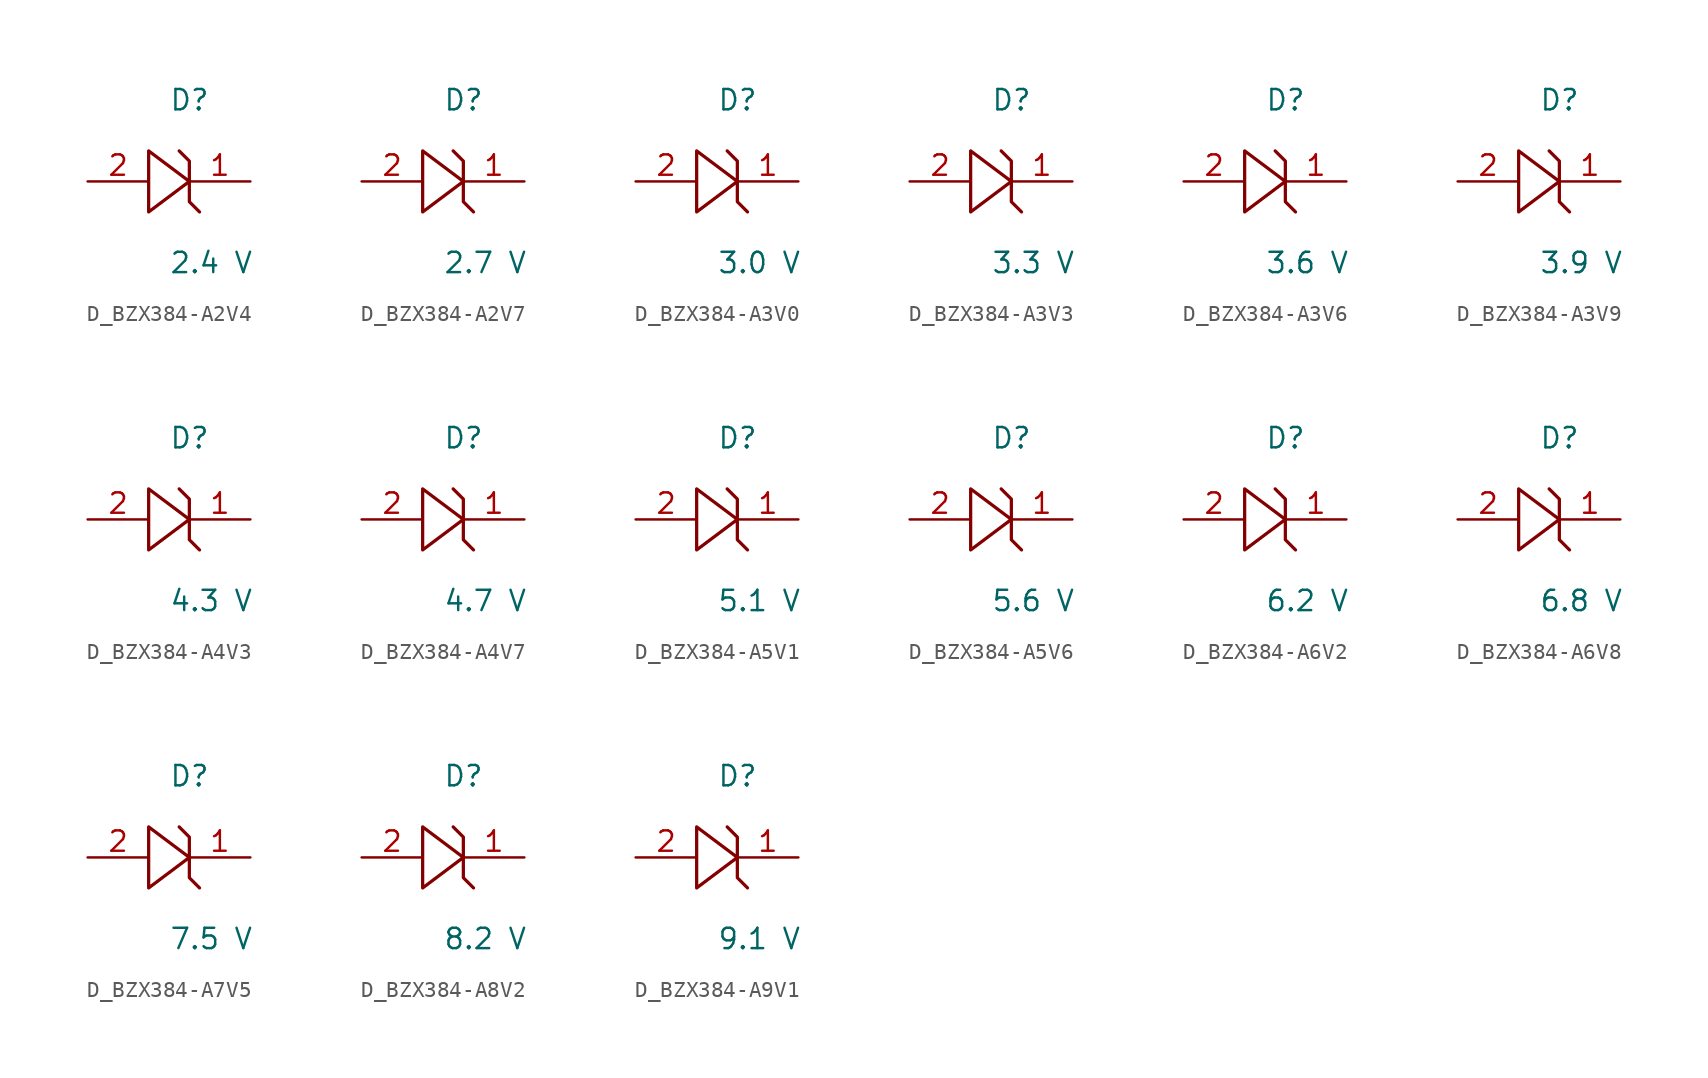
<source format=kicad_sym>
(kicad_symbol_lib
  (version 20231120)
  (generator kicad_symbol_editor)
  (generator_version 8.0)
  (symbol "D_BZX384-A2V4"
    (pin_names
      (offset 0.254))
    (property "Reference" "D"
      (at 0.0 5.08 0)
      (effects (font (size 1.27 1.27)) (justify left)))
    (property "Value" "2.4 V"
      (at 0.0 -5.08 0)
      (effects (font (size 1.27 1.27)) (justify left)))
    (symbol "D_BZX384-A2V4_1_0"
      (polyline (pts (xy 0.635 1.905) (xy 1.27 1.27) (xy 1.27 0) (xy -1.27 1.905) (xy -1.27 -1.905) (xy 1.27 0) (xy 1.27 -1.27) (xy 1.905 -1.905)) (stroke (width 0.203) (type default)) (fill (type none)))
      (pin unspecified line (at 5.08 0 180) (length 3.81) (name "" (effects (font (size 1.27 1.27)))) (number "1" (effects (font (size 1.27 1.27)))))
      (pin unspecified line (at -5.08 0 0) (length 3.81) (name "" (effects (font (size 1.27 1.27)))) (number "2" (effects (font (size 1.27 1.27)))))))
  (symbol "D_BZX384-A2V7"
    (pin_names
      (offset 0.254))
    (property "Reference" "D"
      (at 0.0 5.08 0)
      (effects (font (size 1.27 1.27)) (justify left)))
    (property "Value" "2.7 V"
      (at 0.0 -5.08 0)
      (effects (font (size 1.27 1.27)) (justify left)))
    (symbol "D_BZX384-A2V7_1_0"
      (polyline (pts (xy 0.635 1.905) (xy 1.27 1.27) (xy 1.27 0) (xy -1.27 1.905) (xy -1.27 -1.905) (xy 1.27 0) (xy 1.27 -1.27) (xy 1.905 -1.905)) (stroke (width 0.203) (type default)) (fill (type none)))
      (pin unspecified line (at 5.08 0 180) (length 3.81) (name "" (effects (font (size 1.27 1.27)))) (number "1" (effects (font (size 1.27 1.27)))))
      (pin unspecified line (at -5.08 0 0) (length 3.81) (name "" (effects (font (size 1.27 1.27)))) (number "2" (effects (font (size 1.27 1.27)))))))
  (symbol "D_BZX384-A3V0"
    (pin_names
      (offset 0.254))
    (property "Reference" "D"
      (at 0.0 5.08 0)
      (effects (font (size 1.27 1.27)) (justify left)))
    (property "Value" "3.0 V"
      (at 0.0 -5.08 0)
      (effects (font (size 1.27 1.27)) (justify left)))
    (symbol "D_BZX384-A3V0_1_0"
      (polyline (pts (xy 0.635 1.905) (xy 1.27 1.27) (xy 1.27 0) (xy -1.27 1.905) (xy -1.27 -1.905) (xy 1.27 0) (xy 1.27 -1.27) (xy 1.905 -1.905)) (stroke (width 0.203) (type default)) (fill (type none)))
      (pin unspecified line (at 5.08 0 180) (length 3.81) (name "" (effects (font (size 1.27 1.27)))) (number "1" (effects (font (size 1.27 1.27)))))
      (pin unspecified line (at -5.08 0 0) (length 3.81) (name "" (effects (font (size 1.27 1.27)))) (number "2" (effects (font (size 1.27 1.27)))))))
  (symbol "D_BZX384-A3V3"
    (pin_names
      (offset 0.254))
    (property "Reference" "D"
      (at 0.0 5.08 0)
      (effects (font (size 1.27 1.27)) (justify left)))
    (property "Value" "3.3 V"
      (at 0.0 -5.08 0)
      (effects (font (size 1.27 1.27)) (justify left)))
    (symbol "D_BZX384-A3V3_1_0"
      (polyline (pts (xy 0.635 1.905) (xy 1.27 1.27) (xy 1.27 0) (xy -1.27 1.905) (xy -1.27 -1.905) (xy 1.27 0) (xy 1.27 -1.27) (xy 1.905 -1.905)) (stroke (width 0.203) (type default)) (fill (type none)))
      (pin unspecified line (at 5.08 0 180) (length 3.81) (name "" (effects (font (size 1.27 1.27)))) (number "1" (effects (font (size 1.27 1.27)))))
      (pin unspecified line (at -5.08 0 0) (length 3.81) (name "" (effects (font (size 1.27 1.27)))) (number "2" (effects (font (size 1.27 1.27)))))))
  (symbol "D_BZX384-A3V6"
    (pin_names
      (offset 0.254))
    (property "Reference" "D"
      (at 0.0 5.08 0)
      (effects (font (size 1.27 1.27)) (justify left)))
    (property "Value" "3.6 V"
      (at 0.0 -5.08 0)
      (effects (font (size 1.27 1.27)) (justify left)))
    (symbol "D_BZX384-A3V6_1_0"
      (polyline (pts (xy 0.635 1.905) (xy 1.27 1.27) (xy 1.27 0) (xy -1.27 1.905) (xy -1.27 -1.905) (xy 1.27 0) (xy 1.27 -1.27) (xy 1.905 -1.905)) (stroke (width 0.203) (type default)) (fill (type none)))
      (pin unspecified line (at 5.08 0 180) (length 3.81) (name "" (effects (font (size 1.27 1.27)))) (number "1" (effects (font (size 1.27 1.27)))))
      (pin unspecified line (at -5.08 0 0) (length 3.81) (name "" (effects (font (size 1.27 1.27)))) (number "2" (effects (font (size 1.27 1.27)))))))
  (symbol "D_BZX384-A3V9"
    (pin_names
      (offset 0.254))
    (property "Reference" "D"
      (at 0.0 5.08 0)
      (effects (font (size 1.27 1.27)) (justify left)))
    (property "Value" "3.9 V"
      (at 0.0 -5.08 0)
      (effects (font (size 1.27 1.27)) (justify left)))
    (symbol "D_BZX384-A3V9_1_0"
      (polyline (pts (xy 0.635 1.905) (xy 1.27 1.27) (xy 1.27 0) (xy -1.27 1.905) (xy -1.27 -1.905) (xy 1.27 0) (xy 1.27 -1.27) (xy 1.905 -1.905)) (stroke (width 0.203) (type default)) (fill (type none)))
      (pin unspecified line (at 5.08 0 180) (length 3.81) (name "" (effects (font (size 1.27 1.27)))) (number "1" (effects (font (size 1.27 1.27)))))
      (pin unspecified line (at -5.08 0 0) (length 3.81) (name "" (effects (font (size 1.27 1.27)))) (number "2" (effects (font (size 1.27 1.27)))))))
  (symbol "D_BZX384-A4V3"
    (pin_names
      (offset 0.254))
    (property "Reference" "D"
      (at 0.0 5.08 0)
      (effects (font (size 1.27 1.27)) (justify left)))
    (property "Value" "4.3 V"
      (at 0.0 -5.08 0)
      (effects (font (size 1.27 1.27)) (justify left)))
    (symbol "D_BZX384-A4V3_1_0"
      (polyline (pts (xy 0.635 1.905) (xy 1.27 1.27) (xy 1.27 0) (xy -1.27 1.905) (xy -1.27 -1.905) (xy 1.27 0) (xy 1.27 -1.27) (xy 1.905 -1.905)) (stroke (width 0.203) (type default)) (fill (type none)))
      (pin unspecified line (at 5.08 0 180) (length 3.81) (name "" (effects (font (size 1.27 1.27)))) (number "1" (effects (font (size 1.27 1.27)))))
      (pin unspecified line (at -5.08 0 0) (length 3.81) (name "" (effects (font (size 1.27 1.27)))) (number "2" (effects (font (size 1.27 1.27)))))))
  (symbol "D_BZX384-A4V7"
    (pin_names
      (offset 0.254))
    (property "Reference" "D"
      (at 0.0 5.08 0)
      (effects (font (size 1.27 1.27)) (justify left)))
    (property "Value" "4.7 V"
      (at 0.0 -5.08 0)
      (effects (font (size 1.27 1.27)) (justify left)))
    (symbol "D_BZX384-A4V7_1_0"
      (polyline (pts (xy 0.635 1.905) (xy 1.27 1.27) (xy 1.27 0) (xy -1.27 1.905) (xy -1.27 -1.905) (xy 1.27 0) (xy 1.27 -1.27) (xy 1.905 -1.905)) (stroke (width 0.203) (type default)) (fill (type none)))
      (pin unspecified line (at 5.08 0 180) (length 3.81) (name "" (effects (font (size 1.27 1.27)))) (number "1" (effects (font (size 1.27 1.27)))))
      (pin unspecified line (at -5.08 0 0) (length 3.81) (name "" (effects (font (size 1.27 1.27)))) (number "2" (effects (font (size 1.27 1.27)))))))
  (symbol "D_BZX384-A5V1"
    (pin_names
      (offset 0.254))
    (property "Reference" "D"
      (at 0.0 5.08 0)
      (effects (font (size 1.27 1.27)) (justify left)))
    (property "Value" "5.1 V"
      (at 0.0 -5.08 0)
      (effects (font (size 1.27 1.27)) (justify left)))
    (symbol "D_BZX384-A5V1_1_0"
      (polyline (pts (xy 0.635 1.905) (xy 1.27 1.27) (xy 1.27 0) (xy -1.27 1.905) (xy -1.27 -1.905) (xy 1.27 0) (xy 1.27 -1.27) (xy 1.905 -1.905)) (stroke (width 0.203) (type default)) (fill (type none)))
      (pin unspecified line (at 5.08 0 180) (length 3.81) (name "" (effects (font (size 1.27 1.27)))) (number "1" (effects (font (size 1.27 1.27)))))
      (pin unspecified line (at -5.08 0 0) (length 3.81) (name "" (effects (font (size 1.27 1.27)))) (number "2" (effects (font (size 1.27 1.27)))))))
  (symbol "D_BZX384-A5V6"
    (pin_names
      (offset 0.254))
    (property "Reference" "D"
      (at 0.0 5.08 0)
      (effects (font (size 1.27 1.27)) (justify left)))
    (property "Value" "5.6 V"
      (at 0.0 -5.08 0)
      (effects (font (size 1.27 1.27)) (justify left)))
    (symbol "D_BZX384-A5V6_1_0"
      (polyline (pts (xy 0.635 1.905) (xy 1.27 1.27) (xy 1.27 0) (xy -1.27 1.905) (xy -1.27 -1.905) (xy 1.27 0) (xy 1.27 -1.27) (xy 1.905 -1.905)) (stroke (width 0.203) (type default)) (fill (type none)))
      (pin unspecified line (at 5.08 0 180) (length 3.81) (name "" (effects (font (size 1.27 1.27)))) (number "1" (effects (font (size 1.27 1.27)))))
      (pin unspecified line (at -5.08 0 0) (length 3.81) (name "" (effects (font (size 1.27 1.27)))) (number "2" (effects (font (size 1.27 1.27)))))))
  (symbol "D_BZX384-A6V2"
    (pin_names
      (offset 0.254))
    (property "Reference" "D"
      (at 0.0 5.08 0)
      (effects (font (size 1.27 1.27)) (justify left)))
    (property "Value" "6.2 V"
      (at 0.0 -5.08 0)
      (effects (font (size 1.27 1.27)) (justify left)))
    (symbol "D_BZX384-A6V2_1_0"
      (polyline (pts (xy 0.635 1.905) (xy 1.27 1.27) (xy 1.27 0) (xy -1.27 1.905) (xy -1.27 -1.905) (xy 1.27 0) (xy 1.27 -1.27) (xy 1.905 -1.905)) (stroke (width 0.203) (type default)) (fill (type none)))
      (pin unspecified line (at 5.08 0 180) (length 3.81) (name "" (effects (font (size 1.27 1.27)))) (number "1" (effects (font (size 1.27 1.27)))))
      (pin unspecified line (at -5.08 0 0) (length 3.81) (name "" (effects (font (size 1.27 1.27)))) (number "2" (effects (font (size 1.27 1.27)))))))
  (symbol "D_BZX384-A6V8"
    (pin_names
      (offset 0.254))
    (property "Reference" "D"
      (at 0.0 5.08 0)
      (effects (font (size 1.27 1.27)) (justify left)))
    (property "Value" "6.8 V"
      (at 0.0 -5.08 0)
      (effects (font (size 1.27 1.27)) (justify left)))
    (symbol "D_BZX384-A6V8_1_0"
      (polyline (pts (xy 0.635 1.905) (xy 1.27 1.27) (xy 1.27 0) (xy -1.27 1.905) (xy -1.27 -1.905) (xy 1.27 0) (xy 1.27 -1.27) (xy 1.905 -1.905)) (stroke (width 0.203) (type default)) (fill (type none)))
      (pin unspecified line (at 5.08 0 180) (length 3.81) (name "" (effects (font (size 1.27 1.27)))) (number "1" (effects (font (size 1.27 1.27)))))
      (pin unspecified line (at -5.08 0 0) (length 3.81) (name "" (effects (font (size 1.27 1.27)))) (number "2" (effects (font (size 1.27 1.27)))))))
  (symbol "D_BZX384-A7V5"
    (pin_names
      (offset 0.254))
    (property "Reference" "D"
      (at 0.0 5.08 0)
      (effects (font (size 1.27 1.27)) (justify left)))
    (property "Value" "7.5 V"
      (at 0.0 -5.08 0)
      (effects (font (size 1.27 1.27)) (justify left)))
    (symbol "D_BZX384-A7V5_1_0"
      (polyline (pts (xy 0.635 1.905) (xy 1.27 1.27) (xy 1.27 0) (xy -1.27 1.905) (xy -1.27 -1.905) (xy 1.27 0) (xy 1.27 -1.27) (xy 1.905 -1.905)) (stroke (width 0.203) (type default)) (fill (type none)))
      (pin unspecified line (at 5.08 0 180) (length 3.81) (name "" (effects (font (size 1.27 1.27)))) (number "1" (effects (font (size 1.27 1.27)))))
      (pin unspecified line (at -5.08 0 0) (length 3.81) (name "" (effects (font (size 1.27 1.27)))) (number "2" (effects (font (size 1.27 1.27)))))))
  (symbol "D_BZX384-A8V2"
    (pin_names
      (offset 0.254))
    (property "Reference" "D"
      (at 0.0 5.08 0)
      (effects (font (size 1.27 1.27)) (justify left)))
    (property "Value" "8.2 V"
      (at 0.0 -5.08 0)
      (effects (font (size 1.27 1.27)) (justify left)))
    (symbol "D_BZX384-A8V2_1_0"
      (polyline (pts (xy 0.635 1.905) (xy 1.27 1.27) (xy 1.27 0) (xy -1.27 1.905) (xy -1.27 -1.905) (xy 1.27 0) (xy 1.27 -1.27) (xy 1.905 -1.905)) (stroke (width 0.203) (type default)) (fill (type none)))
      (pin unspecified line (at 5.08 0 180) (length 3.81) (name "" (effects (font (size 1.27 1.27)))) (number "1" (effects (font (size 1.27 1.27)))))
      (pin unspecified line (at -5.08 0 0) (length 3.81) (name "" (effects (font (size 1.27 1.27)))) (number "2" (effects (font (size 1.27 1.27)))))))
  (symbol "D_BZX384-A9V1"
    (pin_names
      (offset 0.254))
    (property "Reference" "D"
      (at 0.0 5.08 0)
      (effects (font (size 1.27 1.27)) (justify left)))
    (property "Value" "9.1 V"
      (at 0.0 -5.08 0)
      (effects (font (size 1.27 1.27)) (justify left)))
    (symbol "D_BZX384-A9V1_1_0"
      (polyline (pts (xy 0.635 1.905) (xy 1.27 1.27) (xy 1.27 0) (xy -1.27 1.905) (xy -1.27 -1.905) (xy 1.27 0) (xy 1.27 -1.27) (xy 1.905 -1.905)) (stroke (width 0.203) (type default)) (fill (type none)))
      (pin unspecified line (at 5.08 0 180) (length 3.81) (name "" (effects (font (size 1.27 1.27)))) (number "1" (effects (font (size 1.27 1.27)))))
      (pin unspecified line (at -5.08 0 0) (length 3.81) (name "" (effects (font (size 1.27 1.27)))) (number "2" (effects (font (size 1.27 1.27))))))))
</source>
